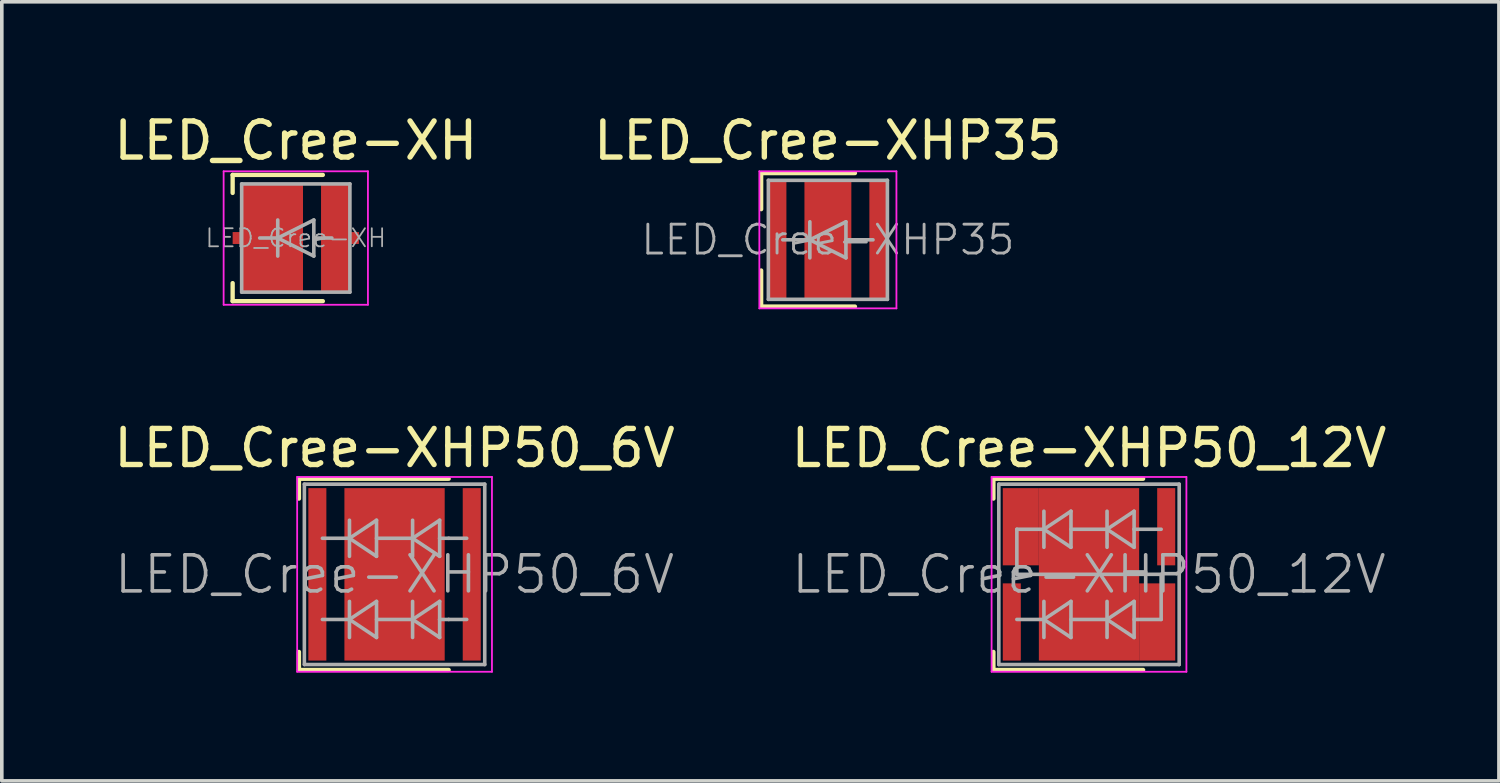
<source format=kicad_pcb>
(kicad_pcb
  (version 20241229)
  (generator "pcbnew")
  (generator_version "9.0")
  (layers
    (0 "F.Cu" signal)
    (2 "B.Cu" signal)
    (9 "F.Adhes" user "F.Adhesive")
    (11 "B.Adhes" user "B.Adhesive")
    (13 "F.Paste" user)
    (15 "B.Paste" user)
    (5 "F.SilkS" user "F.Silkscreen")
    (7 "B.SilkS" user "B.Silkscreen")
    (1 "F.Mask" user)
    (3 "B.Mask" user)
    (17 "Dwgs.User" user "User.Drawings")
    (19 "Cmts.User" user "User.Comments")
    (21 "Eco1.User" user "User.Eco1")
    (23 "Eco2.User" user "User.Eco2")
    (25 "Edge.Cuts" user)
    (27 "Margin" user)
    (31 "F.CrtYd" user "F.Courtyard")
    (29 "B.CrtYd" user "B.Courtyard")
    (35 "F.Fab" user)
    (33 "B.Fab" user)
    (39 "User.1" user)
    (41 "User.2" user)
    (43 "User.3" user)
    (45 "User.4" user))
  (footprint "LED_Cree-XHP35"
    (layer "F.Cu")
    (at 19.899 3.598)
    (property "Reference" "LED_Cree-XHP35" (at 0 -2.75 0) (layer "F.SilkS") (effects (font (size 1 1) (thickness 0.15))))
    (attr smd)
    (fp_line (start -1.85 -1.85) (end -1.85 -0.85) (stroke (width 0.12) (type solid)) (layer "F.SilkS"))
    (fp_line (start -1.85 1.85) (end -1.85 0.85) (stroke (width 0.12) (type solid)) (layer "F.SilkS"))
    (fp_line (start 0.75 -1.85) (end -1.85 -1.85) (stroke (width 0.12) (type solid)) (layer "F.SilkS"))
    (fp_line (start 0.75 1.85) (end -1.85 1.85) (stroke (width 0.12) (type solid)) (layer "F.SilkS"))
    (fp_line (start -1.9 -1.9) (end -1.9 1.9) (stroke (width 0.05) (type solid)) (layer "F.CrtYd"))
    (fp_line (start -1.9 1.9) (end 1.9 1.9) (stroke (width 0.05) (type solid)) (layer "F.CrtYd"))
    (fp_line (start 1.9 -1.9) (end -1.9 -1.9) (stroke (width 0.05) (type solid)) (layer "F.CrtYd"))
    (fp_line (start 1.9 1.9) (end 1.9 -1.9) (stroke (width 0.05) (type solid)) (layer "F.CrtYd"))
    (fp_line (start -1.65 -1.65) (end 1.65 -1.65) (stroke (width 0.1) (type solid)) (layer "F.Fab"))
    (fp_line (start -1.65 1.65) (end -1.65 -1.65) (stroke (width 0.1) (type solid)) (layer "F.Fab"))
    (fp_line (start -1.25 0) (end -0.5 0) (stroke (width 0.1) (type solid)) (layer "F.Fab"))
    (fp_line (start -0.5 -0.5) (end -0.5 0.5) (stroke (width 0.1) (type solid)) (layer "F.Fab"))
    (fp_line (start -0.5 0) (end 0.5 -0.5) (stroke (width 0.1) (type solid)) (layer "F.Fab"))
    (fp_line (start 0.5 -0.5) (end 0.5 0.5) (stroke (width 0.1) (type solid)) (layer "F.Fab"))
    (fp_line (start 0.5 0.5) (end -0.5 0) (stroke (width 0.1) (type solid)) (layer "F.Fab"))
    (fp_line (start 1.25 0) (end 0.5 0) (stroke (width 0.1) (type solid)) (layer "F.Fab"))
    (fp_line (start 1.65 -1.65) (end 1.65 1.65) (stroke (width 0.1) (type solid)) (layer "F.Fab"))
    (fp_line (start 1.65 1.65) (end -1.65 1.65) (stroke (width 0.1) (type solid)) (layer "F.Fab"))
    (fp_text user "${REFERENCE}" (at 0 0 0) (layer "F.Fab") (effects (font (size 0.8 0.8) (thickness 0.08))))
    (pad "" smd rect (at 0 -1) (size 1.01 0.75) (layers "F.Paste"))
    (pad "" smd rect (at 0 0) (size 1.01 0.75) (layers "F.Paste"))
    (pad "" smd rect (at 0 1) (size 1.01 0.75) (layers "F.Paste"))
    (pad "1" smd rect (at -1.4 0) (size 0.5 3.3) (layers "F.Cu" "F.Mask" "F.Paste"))
    (pad "2" smd rect (at 1.4 0) (size 0.5 3.3) (layers "F.Cu" "F.Mask" "F.Paste"))
    (pad "3" smd rect (at 0 0) (size 1.3 3.3) (layers "F.Cu" "F.Mask")))
  (footprint "LED_Cree-XHP50_12V"
    (layer "F.Cu")
    (at 27.137 12.871)
    (property "Reference" "LED_Cree-XHP50_12V" (at 0 -3.5 0) (layer "F.SilkS") (effects (font (size 1 1) (thickness 0.15))))
    (attr smd)
    (fp_line (start -2.65 -2.65) (end -2.65 -2.1) (stroke (width 0.12) (type solid)) (layer "F.SilkS"))
    (fp_line (start -2.65 2.65) (end -2.65 2.15) (stroke (width 0.12) (type solid)) (layer "F.SilkS"))
    (fp_line (start 1.5 -2.65) (end -2.65 -2.65) (stroke (width 0.12) (type solid)) (layer "F.SilkS"))
    (fp_line (start 1.5 2.65) (end -2.65 2.65) (stroke (width 0.12) (type solid)) (layer "F.SilkS"))
    (fp_line (start -2.7 -2.7) (end -2.7 2.7) (stroke (width 0.05) (type solid)) (layer "F.CrtYd"))
    (fp_line (start -2.7 2.7) (end 2.7 2.7) (stroke (width 0.05) (type solid)) (layer "F.CrtYd"))
    (fp_line (start 2.7 -2.7) (end -2.7 -2.7) (stroke (width 0.05) (type solid)) (layer "F.CrtYd"))
    (fp_line (start 2.7 2.7) (end 2.7 -2.7) (stroke (width 0.05) (type solid)) (layer "F.CrtYd"))
    (fp_line (start -2.5 -2.5) (end 2.5 -2.5) (stroke (width 0.1) (type solid)) (layer "F.Fab"))
    (fp_line (start -2.5 2.5) (end -2.5 -2.5) (stroke (width 0.1) (type solid)) (layer "F.Fab"))
    (fp_line (start -2 -1.25) (end -2 0) (stroke (width 0.1) (type solid)) (layer "F.Fab"))
    (fp_line (start -2 -1.25) (end -1.25 -1.25) (stroke (width 0.1) (type solid)) (layer "F.Fab"))
    (fp_line (start -2 0) (end 2 0) (stroke (width 0.1) (type solid)) (layer "F.Fab"))
    (fp_line (start -2 1.25) (end -1.25 1.25) (stroke (width 0.1) (type solid)) (layer "F.Fab"))
    (fp_line (start -1.25 -1.25) (end -1.25 -1.75) (stroke (width 0.1) (type solid)) (layer "F.Fab"))
    (fp_line (start -1.25 -1.25) (end -1.25 -0.75) (stroke (width 0.1) (type solid)) (layer "F.Fab"))
    (fp_line (start -1.25 -1.25) (end -0.5 -1.75) (stroke (width 0.1) (type solid)) (layer "F.Fab"))
    (fp_line (start -1.25 1.25) (end -1.25 0.75) (stroke (width 0.1) (type solid)) (layer "F.Fab"))
    (fp_line (start -1.25 1.25) (end -1.25 1.75) (stroke (width 0.1) (type solid)) (layer "F.Fab"))
    (fp_line (start -1.25 1.25) (end -0.5 0.75) (stroke (width 0.1) (type solid)) (layer "F.Fab"))
    (fp_line (start -0.5 -1.75) (end -0.5 -0.75) (stroke (width 0.1) (type solid)) (layer "F.Fab"))
    (fp_line (start -0.5 -1.25) (end 0.5 -1.25) (stroke (width 0.1) (type solid)) (layer "F.Fab"))
    (fp_line (start -0.5 -0.75) (end -1.25 -1.25) (stroke (width 0.1) (type solid)) (layer "F.Fab"))
    (fp_line (start -0.5 0.75) (end -0.5 1.75) (stroke (width 0.1) (type solid)) (layer "F.Fab"))
    (fp_line (start -0.5 1.25) (end 0.5 1.25) (stroke (width 0.1) (type solid)) (layer "F.Fab"))
    (fp_line (start -0.5 1.75) (end -1.25 1.25) (stroke (width 0.1) (type solid)) (layer "F.Fab"))
    (fp_line (start 0.5 -1.75) (end 0.5 -0.75) (stroke (width 0.1) (type solid)) (layer "F.Fab"))
    (fp_line (start 0.5 -1.25) (end 1.25 -0.75) (stroke (width 0.1) (type solid)) (layer "F.Fab"))
    (fp_line (start 0.5 0.75) (end 0.5 1.75) (stroke (width 0.1) (type solid)) (layer "F.Fab"))
    (fp_line (start 0.5 1.25) (end 1.25 1.75) (stroke (width 0.1) (type solid)) (layer "F.Fab"))
    (fp_line (start 1.25 -1.75) (end 0.5 -1.25) (stroke (width 0.1) (type solid)) (layer "F.Fab"))
    (fp_line (start 1.25 -1.25) (end 1.25 -1.75) (stroke (width 0.1) (type solid)) (layer "F.Fab"))
    (fp_line (start 1.25 -0.75) (end 1.25 -1.25) (stroke (width 0.1) (type solid)) (layer "F.Fab"))
    (fp_line (start 1.25 0.75) (end 0.5 1.25) (stroke (width 0.1) (type solid)) (layer "F.Fab"))
    (fp_line (start 1.25 0.75) (end 1.25 1.75) (stroke (width 0.1) (type solid)) (layer "F.Fab"))
    (fp_line (start 2 -1.25) (end 1.25 -1.25) (stroke (width 0.1) (type solid)) (layer "F.Fab"))
    (fp_line (start 2 0) (end 2 1.25) (stroke (width 0.1) (type solid)) (layer "F.Fab"))
    (fp_line (start 2 1.25) (end 1.25 1.25) (stroke (width 0.1) (type solid)) (layer "F.Fab"))
    (fp_line (start 2.5 -2.5) (end 2.5 2.5) (stroke (width 0.1) (type solid)) (layer "F.Fab"))
    (fp_line (start 2.5 2.5) (end -2.5 2.5) (stroke (width 0.1) (type solid)) (layer "F.Fab"))
    (fp_text user "${REFERENCE}" (at 0 0 0) (layer "F.Fab") (effects (font (size 1 1) (thickness 0.1))))
    (pad "" smd rect (at -2.14 -1.32) (size 0.5 2.14) (layers "F.Paste"))
    (pad "" smd rect (at -0.61 -1.575) (size 0.97 0.8) (layers "F.Paste"))
    (pad "" smd rect (at -0.61 -0.525) (size 0.97 0.8) (layers "F.Paste"))
    (pad "" smd rect (at -0.61 0.525) (size 0.97 0.8) (layers "F.Paste"))
    (pad "" smd rect (at -0.61 1.575) (size 0.97 0.8) (layers "F.Paste"))
    (pad "" smd rect (at 0.61 -1.575) (size 0.97 0.8) (layers "F.Paste"))
    (pad "" smd rect (at 0.61 -0.525) (size 0.97 0.8) (layers "F.Paste"))
    (pad "" smd rect (at 0.61 0.525) (size 0.97 0.8) (layers "F.Paste"))
    (pad "" smd rect (at 0.61 1.575) (size 0.97 0.8) (layers "F.Paste"))
    (pad "" smd rect (at 2.14 1.32) (size 0.5 2.14) (layers "F.Paste"))
    (pad "1" smd rect (at -2.14 1.32) (size 0.5 2.14) (layers "F.Cu" "F.Mask" "F.Paste"))
    (pad "2" smd rect (at 2.14 -1.32) (size 0.5 2.14) (layers "F.Cu" "F.Mask" "F.Paste"))
    (pad "3" smd rect (at -1.89 -1.32) (size 1 2.14) (layers "F.Cu" "F.Mask"))
    (pad "3" smd rect (at 0 0) (size 2.78 4.78) (layers "F.Cu" "F.Mask"))
    (pad "3" smd rect (at 1.89 1.32) (size 1 2.14) (layers "F.Cu" "F.Mask")))
  (footprint "LED_Cree-XHP50_6V"
    (layer "F.Cu")
    (at 7.887 12.871)
    (property "Reference" "LED_Cree-XHP50_6V" (at 0 -3.5 0) (layer "F.SilkS") (effects (font (size 1 1) (thickness 0.15))))
    (attr smd)
    (fp_line (start -2.65 -2.65) (end -2.65 -2.1) (stroke (width 0.12) (type solid)) (layer "F.SilkS"))
    (fp_line (start -2.65 2.65) (end -2.65 2.15) (stroke (width 0.12) (type solid)) (layer "F.SilkS"))
    (fp_line (start 1.5 -2.65) (end -2.65 -2.65) (stroke (width 0.12) (type solid)) (layer "F.SilkS"))
    (fp_line (start 1.5 2.65) (end -2.65 2.65) (stroke (width 0.12) (type solid)) (layer "F.SilkS"))
    (fp_line (start -2.7 -2.7) (end -2.7 2.7) (stroke (width 0.05) (type solid)) (layer "F.CrtYd"))
    (fp_line (start -2.7 2.7) (end 2.7 2.7) (stroke (width 0.05) (type solid)) (layer "F.CrtYd"))
    (fp_line (start 2.7 -2.7) (end -2.7 -2.7) (stroke (width 0.05) (type solid)) (layer "F.CrtYd"))
    (fp_line (start 2.7 2.7) (end 2.7 -2.7) (stroke (width 0.05) (type solid)) (layer "F.CrtYd"))
    (fp_line (start -2.5 -2.5) (end 2.5 -2.5) (stroke (width 0.1) (type solid)) (layer "F.Fab"))
    (fp_line (start -2.5 2.5) (end -2.5 -2.5) (stroke (width 0.1) (type solid)) (layer "F.Fab"))
    (fp_line (start -2 -1) (end -1.25 -1) (stroke (width 0.1) (type solid)) (layer "F.Fab"))
    (fp_line (start -2 1.25) (end -1.25 1.25) (stroke (width 0.1) (type solid)) (layer "F.Fab"))
    (fp_line (start -1.25 -1) (end -1.25 -1.5) (stroke (width 0.1) (type solid)) (layer "F.Fab"))
    (fp_line (start -1.25 -1) (end -1.25 -0.5) (stroke (width 0.1) (type solid)) (layer "F.Fab"))
    (fp_line (start -1.25 -1) (end -0.5 -1.5) (stroke (width 0.1) (type solid)) (layer "F.Fab"))
    (fp_line (start -1.25 1.25) (end -1.25 0.75) (stroke (width 0.1) (type solid)) (layer "F.Fab"))
    (fp_line (start -1.25 1.25) (end -1.25 1.75) (stroke (width 0.1) (type solid)) (layer "F.Fab"))
    (fp_line (start -1.25 1.25) (end -0.5 0.75) (stroke (width 0.1) (type solid)) (layer "F.Fab"))
    (fp_line (start -0.5 -1.5) (end -0.5 -0.5) (stroke (width 0.1) (type solid)) (layer "F.Fab"))
    (fp_line (start -0.5 -0.5) (end -1.25 -1) (stroke (width 0.1) (type solid)) (layer "F.Fab"))
    (fp_line (start -0.5 0.75) (end -0.5 1.75) (stroke (width 0.1) (type solid)) (layer "F.Fab"))
    (fp_line (start -0.5 1.75) (end -1.25 1.25) (stroke (width 0.1) (type solid)) (layer "F.Fab"))
    (fp_line (start 0.5 -1.5) (end 0.5 -0.5) (stroke (width 0.1) (type solid)) (layer "F.Fab"))
    (fp_line (start 0.5 -1) (end -0.5 -1) (stroke (width 0.1) (type solid)) (layer "F.Fab"))
    (fp_line (start 0.5 -1) (end 1.25 -0.5) (stroke (width 0.1) (type solid)) (layer "F.Fab"))
    (fp_line (start 0.5 0.75) (end 0.5 1.75) (stroke (width 0.1) (type solid)) (layer "F.Fab"))
    (fp_line (start 0.5 1.25) (end -0.5 1.25) (stroke (width 0.1) (type solid)) (layer "F.Fab"))
    (fp_line (start 0.5 1.25) (end 1.25 1.75) (stroke (width 0.1) (type solid)) (layer "F.Fab"))
    (fp_line (start 1.25 -1.5) (end 0.5 -1) (stroke (width 0.1) (type solid)) (layer "F.Fab"))
    (fp_line (start 1.25 -1) (end 1.25 -1.5) (stroke (width 0.1) (type solid)) (layer "F.Fab"))
    (fp_line (start 1.25 -0.5) (end 1.25 -1) (stroke (width 0.1) (type solid)) (layer "F.Fab"))
    (fp_line (start 1.25 0.75) (end 0.5 1.25) (stroke (width 0.1) (type solid)) (layer "F.Fab"))
    (fp_line (start 1.25 1.25) (end 1.25 0.75) (stroke (width 0.1) (type solid)) (layer "F.Fab"))
    (fp_line (start 1.25 1.75) (end 1.25 1.25) (stroke (width 0.1) (type solid)) (layer "F.Fab"))
    (fp_line (start 1.5 -1) (end 1.25 -1) (stroke (width 0.1) (type solid)) (layer "F.Fab"))
    (fp_line (start 1.5 -1) (end 2 -1) (stroke (width 0.1) (type solid)) (layer "F.Fab"))
    (fp_line (start 1.5 1.25) (end 1.25 1.25) (stroke (width 0.1) (type solid)) (layer "F.Fab"))
    (fp_line (start 1.5 1.25) (end 2 1.25) (stroke (width 0.1) (type solid)) (layer "F.Fab"))
    (fp_line (start 2.5 -2.5) (end 2.5 2.5) (stroke (width 0.1) (type solid)) (layer "F.Fab"))
    (fp_line (start 2.5 2.5) (end -2.5 2.5) (stroke (width 0.1) (type solid)) (layer "F.Fab"))
    (fp_text user "${REFERENCE}" (at 0 0 0) (layer "F.Fab") (effects (font (size 1 1) (thickness 0.1))))
    (pad "" smd rect (at -2.14 -1.32) (size 0.5 2.14) (layers "F.Paste"))
    (pad "" smd rect (at -2.14 1.32) (size 0.5 2.14) (layers "F.Paste"))
    (pad "" smd rect (at -0.61 -1.575) (size 0.97 0.8) (layers "F.Paste"))
    (pad "" smd rect (at -0.61 -0.525) (size 0.97 0.8) (layers "F.Paste"))
    (pad "" smd rect (at -0.61 0.525) (size 0.97 0.8) (layers "F.Paste"))
    (pad "" smd rect (at -0.61 1.575) (size 0.97 0.8) (layers "F.Paste"))
    (pad "" smd rect (at 0.61 -1.575) (size 0.97 0.8) (layers "F.Paste"))
    (pad "" smd rect (at 0.61 -0.525) (size 0.97 0.8) (layers "F.Paste"))
    (pad "" smd rect (at 0.61 0.525) (size 0.97 0.8) (layers "F.Paste"))
    (pad "" smd rect (at 0.61 1.575) (size 0.97 0.8) (layers "F.Paste"))
    (pad "" smd rect (at 2.14 -1.32) (size 0.5 2.14) (layers "F.Paste"))
    (pad "" smd rect (at 2.14 1.32) (size 0.5 2.14) (layers "F.Paste"))
    (pad "1" smd rect (at -2.14 0) (size 0.5 4.78) (layers "F.Cu" "F.Mask"))
    (pad "2" smd rect (at 2.14 0) (size 0.5 4.78) (layers "F.Cu" "F.Mask"))
    (pad "3" smd rect (at 0 0) (size 2.78 4.78) (layers "F.Cu" "F.Mask")))
  (footprint "LED_Cree-XH"
    (layer "F.Cu")
    (at 5.149 3.548)
    (property "Reference" "LED_Cree-XH" (at 0 -2.7 0) (layer "F.SilkS") (effects (font (size 1 1) (thickness 0.15))))
    (attr smd)
    (fp_line (start -1.75 -1.75) (end -1.75 -1.25) (stroke (width 0.12) (type solid)) (layer "F.SilkS"))
    (fp_line (start -1.75 1.25) (end -1.75 1.75) (stroke (width 0.12) (type solid)) (layer "F.SilkS"))
    (fp_line (start -1.75 1.75) (end 0.75 1.75) (stroke (width 0.12) (type solid)) (layer "F.SilkS"))
    (fp_line (start 0.75 -1.75) (end -1.75 -1.75) (stroke (width 0.12) (type solid)) (layer "F.SilkS"))
    (fp_line (start -2 -1.85) (end -2 1.85) (stroke (width 0.05) (type solid)) (layer "F.CrtYd"))
    (fp_line (start -2 1.85) (end 2 1.85) (stroke (width 0.05) (type solid)) (layer "F.CrtYd"))
    (fp_line (start 2 -1.85) (end -2 -1.85) (stroke (width 0.05) (type solid)) (layer "F.CrtYd"))
    (fp_line (start 2 1.85) (end 2 -1.85) (stroke (width 0.05) (type solid)) (layer "F.CrtYd"))
    (fp_line (start -1.5 -1.5) (end 1.5 -1.5) (stroke (width 0.1) (type solid)) (layer "F.Fab"))
    (fp_line (start -1.5 1.5) (end -1.5 -1.5) (stroke (width 0.1) (type solid)) (layer "F.Fab"))
    (fp_line (start -1 0) (end -0.5 0) (stroke (width 0.1) (type solid)) (layer "F.Fab"))
    (fp_line (start -0.5 -0.5) (end -0.5 0.5) (stroke (width 0.1) (type solid)) (layer "F.Fab"))
    (fp_line (start -0.5 0) (end 0.5 -0.5) (stroke (width 0.1) (type solid)) (layer "F.Fab"))
    (fp_line (start 0.5 -0.5) (end 0.5 0.5) (stroke (width 0.1) (type solid)) (layer "F.Fab"))
    (fp_line (start 0.5 0.5) (end -0.5 0) (stroke (width 0.1) (type solid)) (layer "F.Fab"))
    (fp_line (start 1 0) (end 0.5 0) (stroke (width 0.1) (type solid)) (layer "F.Fab"))
    (fp_line (start 1.5 -1.5) (end 1.5 1.5) (stroke (width 0.1) (type solid)) (layer "F.Fab"))
    (fp_line (start 1.5 1.5) (end -1.5 1.5) (stroke (width 0.1) (type solid)) (layer "F.Fab"))
    (fp_text user "${REFERENCE}" (at 0 0 0) (layer "F.Fab") (effects (font (size 0.5 0.5) (thickness 0.05))))
    (pad "" smd rect (at -0.65 -0.75) (size 1.35 1.2) (layers "F.Paste"))
    (pad "" smd rect (at -0.65 0.75) (size 1.35 1.2) (layers "F.Paste"))
    (pad "" smd rect (at 1.1 -0.75) (size 0.7 1.2) (layers "F.Paste"))
    (pad "" smd rect (at 1.1 0.75) (size 0.7 1.2) (layers "F.Paste"))
    (pad "1" smd rect (at -1.5 0) (size 0.5 0.33) (layers "F.Cu" "F.Mask"))
    (pad "1" smd rect (at -0.65 0) (size 1.7 3) (layers "F.Cu" "F.Mask"))
    (pad "2" smd rect (at 1.1 0) (size 0.8 3) (layers "F.Cu" "F.Mask"))
    (pad "2" smd rect (at 1.5 0) (size 0.5 0.33) (layers "F.Cu" "F.Mask")))
  (gr_rect
    (start -3 -3)
    (end 38.5 18.596)
    (stroke (width 0.1) (type default))
    (fill no)
    (layer "Edge.Cuts")))
</source>
